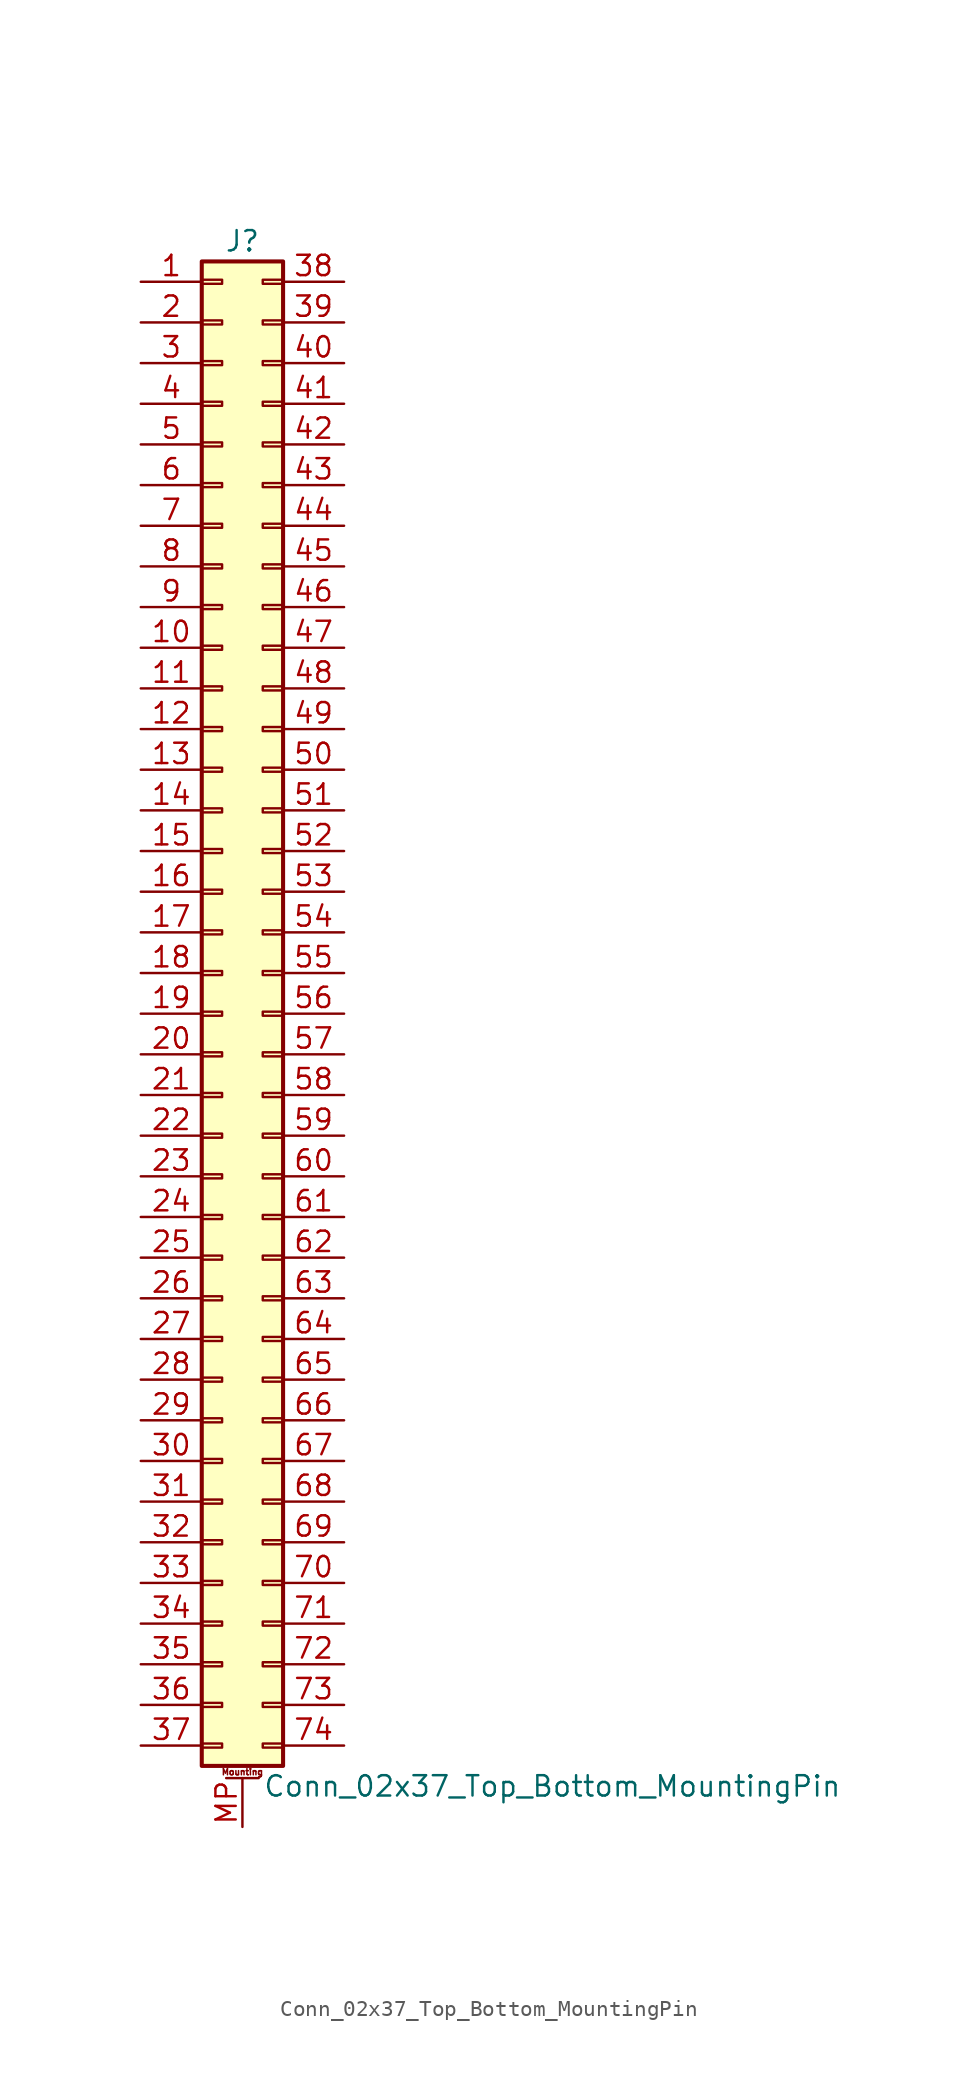
<source format=kicad_sym>
(kicad_symbol_lib
  (version 20201005)
  (generator kicad_symbol_editor)
  (symbol "Conn_02x37_Top_Bottom_MountingPin"
    (pin_names
      (offset 1.016) hide)
    (property "Reference" "J"
      (at 1.27 48.26 0)
      (effects (font (size 1.27 1.27))))
    (property "Value" "Conn_02x37_Top_Bottom_MountingPin"
      (at 2.54 -48.26 0)
      (effects (font (size 1.27 1.27)) (justify left)))
    (symbol "Conn_02x37_Top_Bottom_MountingPin_1_1"
      (text "Mounting" (at 1.27 -47.371 0) (effects (font (size 0.381 0.381))))
      (rectangle (start -1.27 -45.593) (end 0 -45.847) (stroke (width 0.152)) (fill (type none)))
      (rectangle (start -1.27 -43.053) (end 0 -43.307) (stroke (width 0.152)) (fill (type none)))
      (rectangle (start -1.27 -40.513) (end 0 -40.767) (stroke (width 0.152)) (fill (type none)))
      (rectangle (start -1.27 -37.973) (end 0 -38.227) (stroke (width 0.152)) (fill (type none)))
      (rectangle (start -1.27 -35.433) (end 0 -35.687) (stroke (width 0.152)) (fill (type none)))
      (rectangle (start -1.27 -32.893) (end 0 -33.147) (stroke (width 0.152)) (fill (type none)))
      (rectangle (start -1.27 -30.353) (end 0 -30.607) (stroke (width 0.152)) (fill (type none)))
      (rectangle (start -1.27 -27.813) (end 0 -28.067) (stroke (width 0.152)) (fill (type none)))
      (rectangle (start -1.27 -25.273) (end 0 -25.527) (stroke (width 0.152)) (fill (type none)))
      (rectangle (start -1.27 -22.733) (end 0 -22.987) (stroke (width 0.152)) (fill (type none)))
      (rectangle (start -1.27 -20.193) (end 0 -20.447) (stroke (width 0.152)) (fill (type none)))
      (rectangle (start -1.27 -17.653) (end 0 -17.907) (stroke (width 0.152)) (fill (type none)))
      (rectangle (start -1.27 -15.113) (end 0 -15.367) (stroke (width 0.152)) (fill (type none)))
      (rectangle (start -1.27 -12.573) (end 0 -12.827) (stroke (width 0.152)) (fill (type none)))
      (rectangle (start -1.27 -10.033) (end 0 -10.287) (stroke (width 0.152)) (fill (type none)))
      (rectangle (start -1.27 -7.493) (end 0 -7.747) (stroke (width 0.152)) (fill (type none)))
      (rectangle (start -1.27 -4.953) (end 0 -5.207) (stroke (width 0.152)) (fill (type none)))
      (rectangle (start -1.27 -2.413) (end 0 -2.667) (stroke (width 0.152)) (fill (type none)))
      (rectangle (start -1.27 0.127) (end 0 -0.127) (stroke (width 0.152)) (fill (type none)))
      (rectangle (start -1.27 2.667) (end 0 2.413) (stroke (width 0.152)) (fill (type none)))
      (rectangle (start -1.27 5.207) (end 0 4.953) (stroke (width 0.152)) (fill (type none)))
      (rectangle (start -1.27 7.747) (end 0 7.493) (stroke (width 0.152)) (fill (type none)))
      (rectangle (start -1.27 10.287) (end 0 10.033) (stroke (width 0.152)) (fill (type none)))
      (rectangle (start -1.27 12.827) (end 0 12.573) (stroke (width 0.152)) (fill (type none)))
      (rectangle (start -1.27 15.367) (end 0 15.113) (stroke (width 0.152)) (fill (type none)))
      (rectangle (start -1.27 17.907) (end 0 17.653) (stroke (width 0.152)) (fill (type none)))
      (rectangle (start -1.27 20.447) (end 0 20.193) (stroke (width 0.152)) (fill (type none)))
      (rectangle (start -1.27 22.987) (end 0 22.733) (stroke (width 0.152)) (fill (type none)))
      (rectangle (start -1.27 25.527) (end 0 25.273) (stroke (width 0.152)) (fill (type none)))
      (rectangle (start -1.27 28.067) (end 0 27.813) (stroke (width 0.152)) (fill (type none)))
      (rectangle (start -1.27 30.607) (end 0 30.353) (stroke (width 0.152)) (fill (type none)))
      (rectangle (start -1.27 33.147) (end 0 32.893) (stroke (width 0.152)) (fill (type none)))
      (rectangle (start -1.27 35.687) (end 0 35.433) (stroke (width 0.152)) (fill (type none)))
      (rectangle (start -1.27 38.227) (end 0 37.973) (stroke (width 0.152)) (fill (type none)))
      (rectangle (start -1.27 40.767) (end 0 40.513) (stroke (width 0.152)) (fill (type none)))
      (rectangle (start -1.27 43.307) (end 0 43.053) (stroke (width 0.152)) (fill (type none)))
      (rectangle (start -1.27 45.847) (end 0 45.593) (stroke (width 0.152)) (fill (type none)))
      (rectangle (start 3.81 -45.593) (end 2.54 -45.847) (stroke (width 0.152)) (fill (type none)))
      (rectangle (start 3.81 -43.053) (end 2.54 -43.307) (stroke (width 0.152)) (fill (type none)))
      (rectangle (start 3.81 -40.513) (end 2.54 -40.767) (stroke (width 0.152)) (fill (type none)))
      (rectangle (start 3.81 -37.973) (end 2.54 -38.227) (stroke (width 0.152)) (fill (type none)))
      (rectangle (start 3.81 -35.433) (end 2.54 -35.687) (stroke (width 0.152)) (fill (type none)))
      (rectangle (start 3.81 -32.893) (end 2.54 -33.147) (stroke (width 0.152)) (fill (type none)))
      (rectangle (start 3.81 -30.353) (end 2.54 -30.607) (stroke (width 0.152)) (fill (type none)))
      (rectangle (start 3.81 -27.813) (end 2.54 -28.067) (stroke (width 0.152)) (fill (type none)))
      (rectangle (start 3.81 -25.273) (end 2.54 -25.527) (stroke (width 0.152)) (fill (type none)))
      (rectangle (start 3.81 -22.733) (end 2.54 -22.987) (stroke (width 0.152)) (fill (type none)))
      (rectangle (start 3.81 -20.193) (end 2.54 -20.447) (stroke (width 0.152)) (fill (type none)))
      (rectangle (start 3.81 -17.653) (end 2.54 -17.907) (stroke (width 0.152)) (fill (type none)))
      (rectangle (start 3.81 -15.113) (end 2.54 -15.367) (stroke (width 0.152)) (fill (type none)))
      (rectangle (start 3.81 -12.573) (end 2.54 -12.827) (stroke (width 0.152)) (fill (type none)))
      (rectangle (start 3.81 -10.033) (end 2.54 -10.287) (stroke (width 0.152)) (fill (type none)))
      (rectangle (start 3.81 -7.493) (end 2.54 -7.747) (stroke (width 0.152)) (fill (type none)))
      (rectangle (start 3.81 -4.953) (end 2.54 -5.207) (stroke (width 0.152)) (fill (type none)))
      (rectangle (start 3.81 -2.413) (end 2.54 -2.667) (stroke (width 0.152)) (fill (type none)))
      (rectangle (start 3.81 0.127) (end 2.54 -0.127) (stroke (width 0.152)) (fill (type none)))
      (rectangle (start 3.81 2.667) (end 2.54 2.413) (stroke (width 0.152)) (fill (type none)))
      (rectangle (start 3.81 5.207) (end 2.54 4.953) (stroke (width 0.152)) (fill (type none)))
      (rectangle (start 3.81 7.747) (end 2.54 7.493) (stroke (width 0.152)) (fill (type none)))
      (rectangle (start 3.81 10.287) (end 2.54 10.033) (stroke (width 0.152)) (fill (type none)))
      (rectangle (start 3.81 12.827) (end 2.54 12.573) (stroke (width 0.152)) (fill (type none)))
      (rectangle (start 3.81 15.367) (end 2.54 15.113) (stroke (width 0.152)) (fill (type none)))
      (rectangle (start 3.81 17.907) (end 2.54 17.653) (stroke (width 0.152)) (fill (type none)))
      (rectangle (start 3.81 20.447) (end 2.54 20.193) (stroke (width 0.152)) (fill (type none)))
      (rectangle (start 3.81 22.987) (end 2.54 22.733) (stroke (width 0.152)) (fill (type none)))
      (rectangle (start 3.81 25.527) (end 2.54 25.273) (stroke (width 0.152)) (fill (type none)))
      (rectangle (start 3.81 28.067) (end 2.54 27.813) (stroke (width 0.152)) (fill (type none)))
      (rectangle (start 3.81 30.607) (end 2.54 30.353) (stroke (width 0.152)) (fill (type none)))
      (rectangle (start 3.81 33.147) (end 2.54 32.893) (stroke (width 0.152)) (fill (type none)))
      (rectangle (start 3.81 35.687) (end 2.54 35.433) (stroke (width 0.152)) (fill (type none)))
      (rectangle (start 3.81 38.227) (end 2.54 37.973) (stroke (width 0.152)) (fill (type none)))
      (rectangle (start 3.81 40.767) (end 2.54 40.513) (stroke (width 0.152)) (fill (type none)))
      (rectangle (start 3.81 43.307) (end 2.54 43.053) (stroke (width 0.152)) (fill (type none)))
      (rectangle (start 3.81 45.847) (end 2.54 45.593) (stroke (width 0.152)) (fill (type none)))
      (rectangle (start -1.27 46.99) (end 3.81 -46.99) (stroke (width 0.254)) (fill (type background)))
      (polyline (pts (xy 0.254 -47.752) (xy 2.286 -47.752)) (stroke (width 0.152)) (fill (type none)))
      (pin passive line (at -5.08 45.72 0) (length 3.81) (name "Pin_1" (effects (font (size 1.27 1.27)))) (number "1" (effects (font (size 1.27 1.27)))))
      (pin passive line (at -5.08 22.86 0) (length 3.81) (name "Pin_10" (effects (font (size 1.27 1.27)))) (number "10" (effects (font (size 1.27 1.27)))))
      (pin passive line (at -5.08 20.32 0) (length 3.81) (name "Pin_11" (effects (font (size 1.27 1.27)))) (number "11" (effects (font (size 1.27 1.27)))))
      (pin passive line (at -5.08 17.78 0) (length 3.81) (name "Pin_12" (effects (font (size 1.27 1.27)))) (number "12" (effects (font (size 1.27 1.27)))))
      (pin passive line (at -5.08 15.24 0) (length 3.81) (name "Pin_13" (effects (font (size 1.27 1.27)))) (number "13" (effects (font (size 1.27 1.27)))))
      (pin passive line (at -5.08 12.7 0) (length 3.81) (name "Pin_14" (effects (font (size 1.27 1.27)))) (number "14" (effects (font (size 1.27 1.27)))))
      (pin passive line (at -5.08 10.16 0) (length 3.81) (name "Pin_15" (effects (font (size 1.27 1.27)))) (number "15" (effects (font (size 1.27 1.27)))))
      (pin passive line (at -5.08 7.62 0) (length 3.81) (name "Pin_16" (effects (font (size 1.27 1.27)))) (number "16" (effects (font (size 1.27 1.27)))))
      (pin passive line (at -5.08 5.08 0) (length 3.81) (name "Pin_17" (effects (font (size 1.27 1.27)))) (number "17" (effects (font (size 1.27 1.27)))))
      (pin passive line (at -5.08 2.54 0) (length 3.81) (name "Pin_18" (effects (font (size 1.27 1.27)))) (number "18" (effects (font (size 1.27 1.27)))))
      (pin passive line (at -5.08 0 0) (length 3.81) (name "Pin_19" (effects (font (size 1.27 1.27)))) (number "19" (effects (font (size 1.27 1.27)))))
      (pin passive line (at -5.08 43.18 0) (length 3.81) (name "Pin_2" (effects (font (size 1.27 1.27)))) (number "2" (effects (font (size 1.27 1.27)))))
      (pin passive line (at -5.08 -2.54 0) (length 3.81) (name "Pin_20" (effects (font (size 1.27 1.27)))) (number "20" (effects (font (size 1.27 1.27)))))
      (pin passive line (at -5.08 -5.08 0) (length 3.81) (name "Pin_21" (effects (font (size 1.27 1.27)))) (number "21" (effects (font (size 1.27 1.27)))))
      (pin passive line (at -5.08 -7.62 0) (length 3.81) (name "Pin_22" (effects (font (size 1.27 1.27)))) (number "22" (effects (font (size 1.27 1.27)))))
      (pin passive line (at -5.08 -10.16 0) (length 3.81) (name "Pin_23" (effects (font (size 1.27 1.27)))) (number "23" (effects (font (size 1.27 1.27)))))
      (pin passive line (at -5.08 -12.7 0) (length 3.81) (name "Pin_24" (effects (font (size 1.27 1.27)))) (number "24" (effects (font (size 1.27 1.27)))))
      (pin passive line (at -5.08 -15.24 0) (length 3.81) (name "Pin_25" (effects (font (size 1.27 1.27)))) (number "25" (effects (font (size 1.27 1.27)))))
      (pin passive line (at -5.08 -17.78 0) (length 3.81) (name "Pin_26" (effects (font (size 1.27 1.27)))) (number "26" (effects (font (size 1.27 1.27)))))
      (pin passive line (at -5.08 -20.32 0) (length 3.81) (name "Pin_27" (effects (font (size 1.27 1.27)))) (number "27" (effects (font (size 1.27 1.27)))))
      (pin passive line (at -5.08 -22.86 0) (length 3.81) (name "Pin_28" (effects (font (size 1.27 1.27)))) (number "28" (effects (font (size 1.27 1.27)))))
      (pin passive line (at -5.08 -25.4 0) (length 3.81) (name "Pin_29" (effects (font (size 1.27 1.27)))) (number "29" (effects (font (size 1.27 1.27)))))
      (pin passive line (at -5.08 40.64 0) (length 3.81) (name "Pin_3" (effects (font (size 1.27 1.27)))) (number "3" (effects (font (size 1.27 1.27)))))
      (pin passive line (at -5.08 -27.94 0) (length 3.81) (name "Pin_30" (effects (font (size 1.27 1.27)))) (number "30" (effects (font (size 1.27 1.27)))))
      (pin passive line (at -5.08 -30.48 0) (length 3.81) (name "Pin_31" (effects (font (size 1.27 1.27)))) (number "31" (effects (font (size 1.27 1.27)))))
      (pin passive line (at -5.08 -33.02 0) (length 3.81) (name "Pin_32" (effects (font (size 1.27 1.27)))) (number "32" (effects (font (size 1.27 1.27)))))
      (pin passive line (at -5.08 -35.56 0) (length 3.81) (name "Pin_33" (effects (font (size 1.27 1.27)))) (number "33" (effects (font (size 1.27 1.27)))))
      (pin passive line (at -5.08 -38.1 0) (length 3.81) (name "Pin_34" (effects (font (size 1.27 1.27)))) (number "34" (effects (font (size 1.27 1.27)))))
      (pin passive line (at -5.08 -40.64 0) (length 3.81) (name "Pin_35" (effects (font (size 1.27 1.27)))) (number "35" (effects (font (size 1.27 1.27)))))
      (pin passive line (at -5.08 -43.18 0) (length 3.81) (name "Pin_36" (effects (font (size 1.27 1.27)))) (number "36" (effects (font (size 1.27 1.27)))))
      (pin passive line (at -5.08 -45.72 0) (length 3.81) (name "Pin_37" (effects (font (size 1.27 1.27)))) (number "37" (effects (font (size 1.27 1.27)))))
      (pin passive line (at 7.62 45.72 180) (length 3.81) (name "Pin_38" (effects (font (size 1.27 1.27)))) (number "38" (effects (font (size 1.27 1.27)))))
      (pin passive line (at 7.62 43.18 180) (length 3.81) (name "Pin_39" (effects (font (size 1.27 1.27)))) (number "39" (effects (font (size 1.27 1.27)))))
      (pin passive line (at -5.08 38.1 0) (length 3.81) (name "Pin_4" (effects (font (size 1.27 1.27)))) (number "4" (effects (font (size 1.27 1.27)))))
      (pin passive line (at 7.62 40.64 180) (length 3.81) (name "Pin_40" (effects (font (size 1.27 1.27)))) (number "40" (effects (font (size 1.27 1.27)))))
      (pin passive line (at 7.62 38.1 180) (length 3.81) (name "Pin_41" (effects (font (size 1.27 1.27)))) (number "41" (effects (font (size 1.27 1.27)))))
      (pin passive line (at 7.62 35.56 180) (length 3.81) (name "Pin_42" (effects (font (size 1.27 1.27)))) (number "42" (effects (font (size 1.27 1.27)))))
      (pin passive line (at 7.62 33.02 180) (length 3.81) (name "Pin_43" (effects (font (size 1.27 1.27)))) (number "43" (effects (font (size 1.27 1.27)))))
      (pin passive line (at 7.62 30.48 180) (length 3.81) (name "Pin_44" (effects (font (size 1.27 1.27)))) (number "44" (effects (font (size 1.27 1.27)))))
      (pin passive line (at 7.62 27.94 180) (length 3.81) (name "Pin_45" (effects (font (size 1.27 1.27)))) (number "45" (effects (font (size 1.27 1.27)))))
      (pin passive line (at 7.62 25.4 180) (length 3.81) (name "Pin_46" (effects (font (size 1.27 1.27)))) (number "46" (effects (font (size 1.27 1.27)))))
      (pin passive line (at 7.62 22.86 180) (length 3.81) (name "Pin_47" (effects (font (size 1.27 1.27)))) (number "47" (effects (font (size 1.27 1.27)))))
      (pin passive line (at 7.62 20.32 180) (length 3.81) (name "Pin_48" (effects (font (size 1.27 1.27)))) (number "48" (effects (font (size 1.27 1.27)))))
      (pin passive line (at 7.62 17.78 180) (length 3.81) (name "Pin_49" (effects (font (size 1.27 1.27)))) (number "49" (effects (font (size 1.27 1.27)))))
      (pin passive line (at -5.08 35.56 0) (length 3.81) (name "Pin_5" (effects (font (size 1.27 1.27)))) (number "5" (effects (font (size 1.27 1.27)))))
      (pin passive line (at 7.62 15.24 180) (length 3.81) (name "Pin_50" (effects (font (size 1.27 1.27)))) (number "50" (effects (font (size 1.27 1.27)))))
      (pin passive line (at 7.62 12.7 180) (length 3.81) (name "Pin_51" (effects (font (size 1.27 1.27)))) (number "51" (effects (font (size 1.27 1.27)))))
      (pin passive line (at 7.62 10.16 180) (length 3.81) (name "Pin_52" (effects (font (size 1.27 1.27)))) (number "52" (effects (font (size 1.27 1.27)))))
      (pin passive line (at 7.62 7.62 180) (length 3.81) (name "Pin_53" (effects (font (size 1.27 1.27)))) (number "53" (effects (font (size 1.27 1.27)))))
      (pin passive line (at 7.62 5.08 180) (length 3.81) (name "Pin_54" (effects (font (size 1.27 1.27)))) (number "54" (effects (font (size 1.27 1.27)))))
      (pin passive line (at 7.62 2.54 180) (length 3.81) (name "Pin_55" (effects (font (size 1.27 1.27)))) (number "55" (effects (font (size 1.27 1.27)))))
      (pin passive line (at 7.62 0 180) (length 3.81) (name "Pin_56" (effects (font (size 1.27 1.27)))) (number "56" (effects (font (size 1.27 1.27)))))
      (pin passive line (at 7.62 -2.54 180) (length 3.81) (name "Pin_57" (effects (font (size 1.27 1.27)))) (number "57" (effects (font (size 1.27 1.27)))))
      (pin passive line (at 7.62 -5.08 180) (length 3.81) (name "Pin_58" (effects (font (size 1.27 1.27)))) (number "58" (effects (font (size 1.27 1.27)))))
      (pin passive line (at 7.62 -7.62 180) (length 3.81) (name "Pin_59" (effects (font (size 1.27 1.27)))) (number "59" (effects (font (size 1.27 1.27)))))
      (pin passive line (at -5.08 33.02 0) (length 3.81) (name "Pin_6" (effects (font (size 1.27 1.27)))) (number "6" (effects (font (size 1.27 1.27)))))
      (pin passive line (at 7.62 -10.16 180) (length 3.81) (name "Pin_60" (effects (font (size 1.27 1.27)))) (number "60" (effects (font (size 1.27 1.27)))))
      (pin passive line (at 7.62 -12.7 180) (length 3.81) (name "Pin_61" (effects (font (size 1.27 1.27)))) (number "61" (effects (font (size 1.27 1.27)))))
      (pin passive line (at 7.62 -15.24 180) (length 3.81) (name "Pin_62" (effects (font (size 1.27 1.27)))) (number "62" (effects (font (size 1.27 1.27)))))
      (pin passive line (at 7.62 -17.78 180) (length 3.81) (name "Pin_63" (effects (font (size 1.27 1.27)))) (number "63" (effects (font (size 1.27 1.27)))))
      (pin passive line (at 7.62 -20.32 180) (length 3.81) (name "Pin_64" (effects (font (size 1.27 1.27)))) (number "64" (effects (font (size 1.27 1.27)))))
      (pin passive line (at 7.62 -22.86 180) (length 3.81) (name "Pin_65" (effects (font (size 1.27 1.27)))) (number "65" (effects (font (size 1.27 1.27)))))
      (pin passive line (at 7.62 -25.4 180) (length 3.81) (name "Pin_66" (effects (font (size 1.27 1.27)))) (number "66" (effects (font (size 1.27 1.27)))))
      (pin passive line (at 7.62 -27.94 180) (length 3.81) (name "Pin_67" (effects (font (size 1.27 1.27)))) (number "67" (effects (font (size 1.27 1.27)))))
      (pin passive line (at 7.62 -30.48 180) (length 3.81) (name "Pin_68" (effects (font (size 1.27 1.27)))) (number "68" (effects (font (size 1.27 1.27)))))
      (pin passive line (at 7.62 -33.02 180) (length 3.81) (name "Pin_69" (effects (font (size 1.27 1.27)))) (number "69" (effects (font (size 1.27 1.27)))))
      (pin passive line (at -5.08 30.48 0) (length 3.81) (name "Pin_7" (effects (font (size 1.27 1.27)))) (number "7" (effects (font (size 1.27 1.27)))))
      (pin passive line (at 7.62 -35.56 180) (length 3.81) (name "Pin_70" (effects (font (size 1.27 1.27)))) (number "70" (effects (font (size 1.27 1.27)))))
      (pin passive line (at 7.62 -38.1 180) (length 3.81) (name "Pin_71" (effects (font (size 1.27 1.27)))) (number "71" (effects (font (size 1.27 1.27)))))
      (pin passive line (at 7.62 -40.64 180) (length 3.81) (name "Pin_72" (effects (font (size 1.27 1.27)))) (number "72" (effects (font (size 1.27 1.27)))))
      (pin passive line (at 7.62 -43.18 180) (length 3.81) (name "Pin_73" (effects (font (size 1.27 1.27)))) (number "73" (effects (font (size 1.27 1.27)))))
      (pin passive line (at 7.62 -45.72 180) (length 3.81) (name "Pin_74" (effects (font (size 1.27 1.27)))) (number "74" (effects (font (size 1.27 1.27)))))
      (pin passive line (at -5.08 27.94 0) (length 3.81) (name "Pin_8" (effects (font (size 1.27 1.27)))) (number "8" (effects (font (size 1.27 1.27)))))
      (pin passive line (at -5.08 25.4 0) (length 3.81) (name "Pin_9" (effects (font (size 1.27 1.27)))) (number "9" (effects (font (size 1.27 1.27)))))
      (pin passive line (at 1.27 -50.8 90) (length 3.048) (name "MountPin" (effects (font (size 1.27 1.27)))) (number "MP" (effects (font (size 1.27 1.27))))))))
</source>
